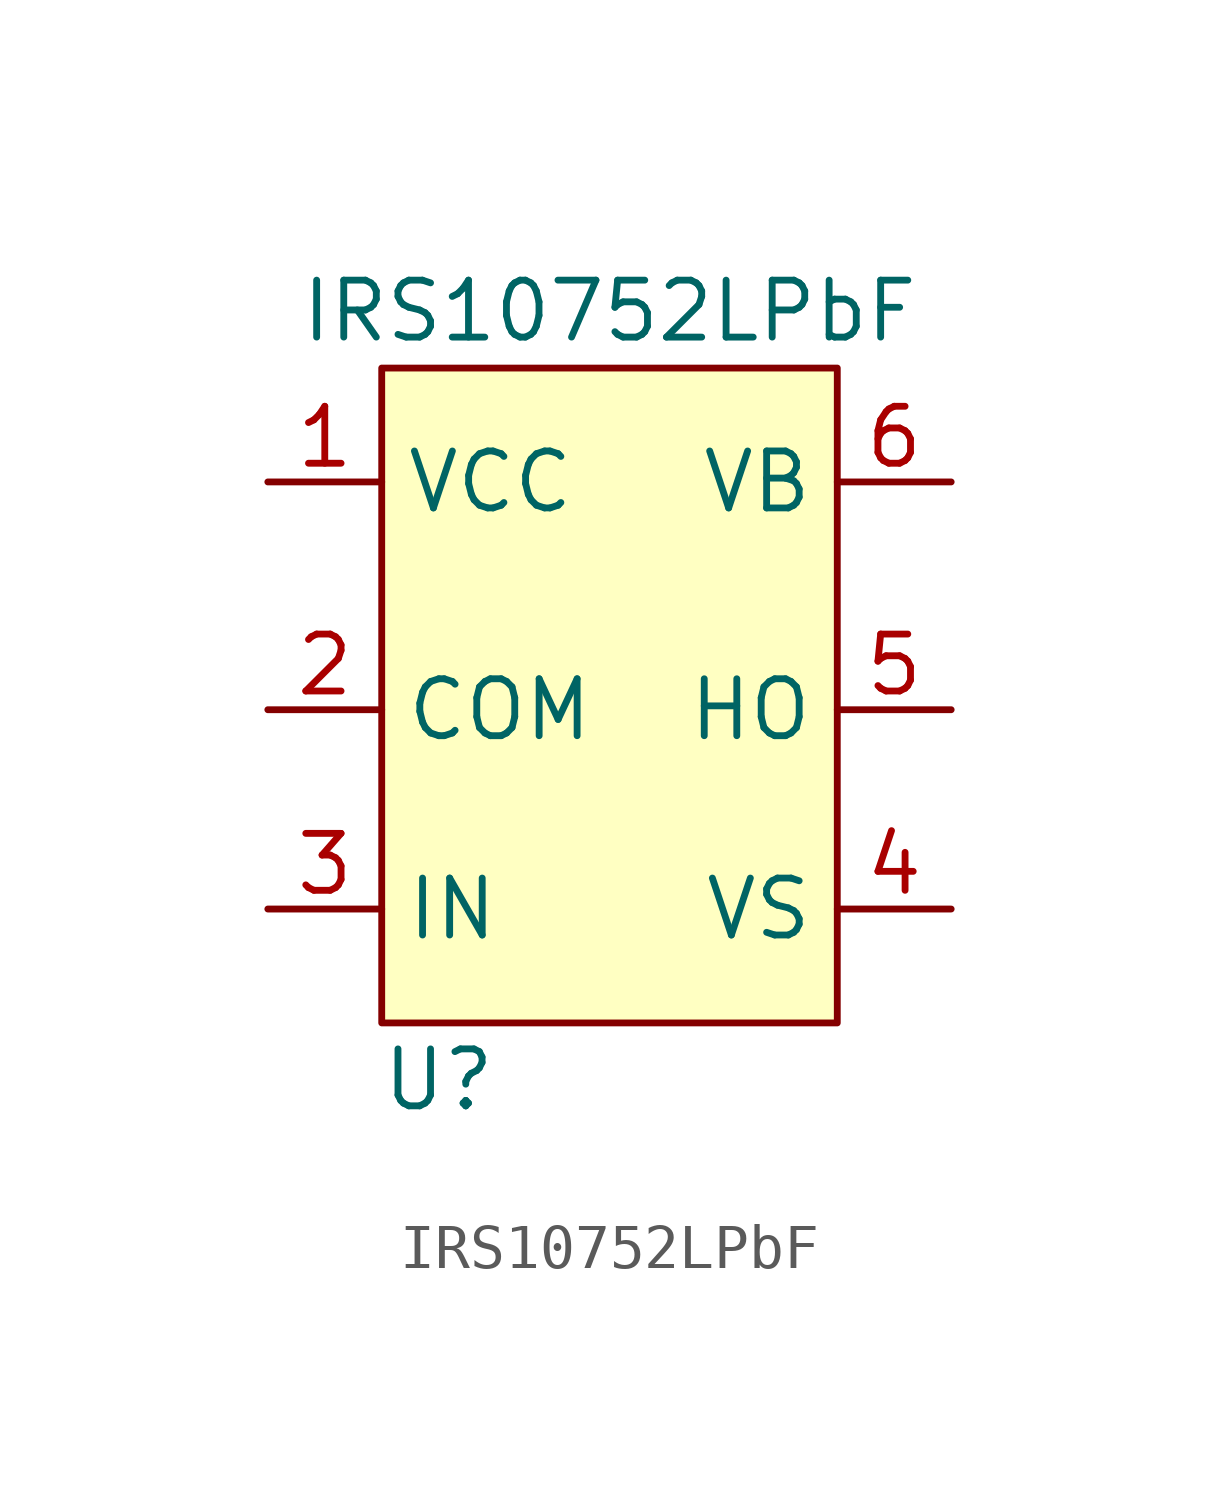
<source format=kicad_sym>
(kicad_symbol_lib
  (version 20220914)
  (generator kicad_symbol_editor)
  (symbol "IRS10752LPbF"
    (property "Reference" "U"
      (at -1.27 -6.985 0)
      (effects (font (size 1.27 1.27))))
    (property "Value" "IRS10752LPbF"
      (at 2.54 10.16 0)
      (effects (font (size 1.27 1.27))))
    (symbol "IRS10752LPbF_1_1"
      (rectangle (start -2.54 8.89) (end 7.62 -5.715) (stroke (width 0) (type default)) (fill (type background)))
      (pin power_in line (at -5.08 6.35 0) (length 2.54) (name "VCC" (effects (font (size 1.27 1.27)))) (number "1" (effects (font (size 1.27 1.27)))))
      (pin power_in line (at -5.08 1.27 0) (length 2.54) (name "COM" (effects (font (size 1.27 1.27)))) (number "2" (effects (font (size 1.27 1.27)))))
      (pin input line (at -5.08 -3.175 0) (length 2.54) (name "IN" (effects (font (size 1.27 1.27)))) (number "3" (effects (font (size 1.27 1.27)))))
      (pin input line (at 10.16 -3.175 180) (length 2.54) (name "VS" (effects (font (size 1.27 1.27)))) (number "4" (effects (font (size 1.27 1.27)))))
      (pin power_out line (at 10.16 1.27 180) (length 2.54) (name "HO" (effects (font (size 1.27 1.27)))) (number "5" (effects (font (size 1.27 1.27)))))
      (pin input line (at 10.16 6.35 180) (length 2.54) (name "VB" (effects (font (size 1.27 1.27)))) (number "6" (effects (font (size 1.27 1.27))))))))
</source>
